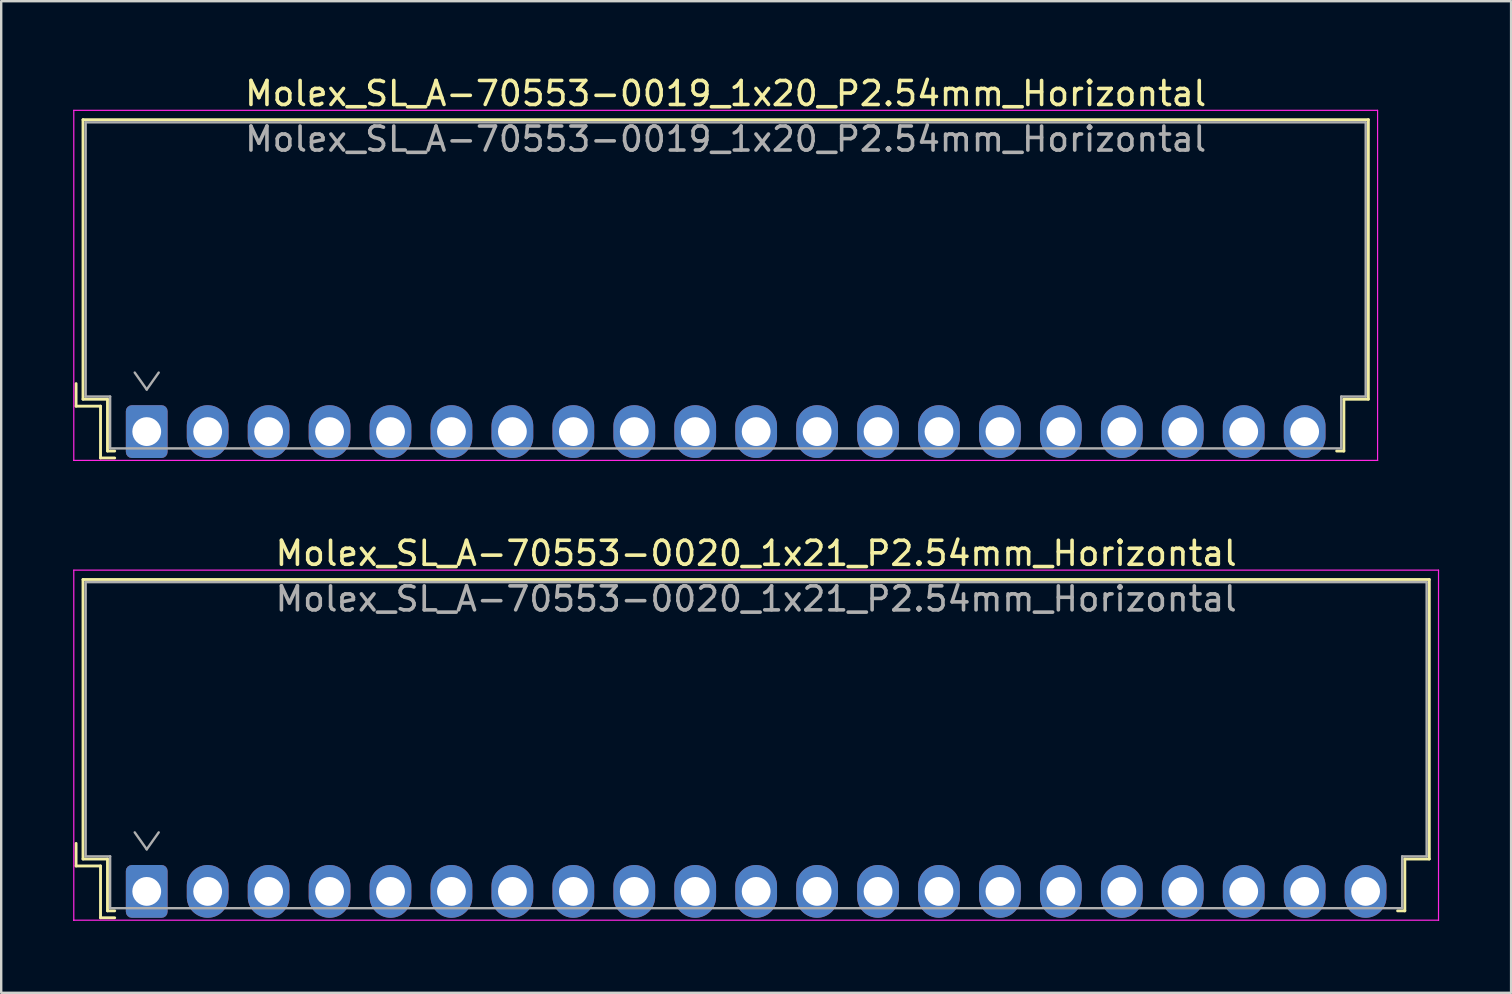
<source format=kicad_pcb>
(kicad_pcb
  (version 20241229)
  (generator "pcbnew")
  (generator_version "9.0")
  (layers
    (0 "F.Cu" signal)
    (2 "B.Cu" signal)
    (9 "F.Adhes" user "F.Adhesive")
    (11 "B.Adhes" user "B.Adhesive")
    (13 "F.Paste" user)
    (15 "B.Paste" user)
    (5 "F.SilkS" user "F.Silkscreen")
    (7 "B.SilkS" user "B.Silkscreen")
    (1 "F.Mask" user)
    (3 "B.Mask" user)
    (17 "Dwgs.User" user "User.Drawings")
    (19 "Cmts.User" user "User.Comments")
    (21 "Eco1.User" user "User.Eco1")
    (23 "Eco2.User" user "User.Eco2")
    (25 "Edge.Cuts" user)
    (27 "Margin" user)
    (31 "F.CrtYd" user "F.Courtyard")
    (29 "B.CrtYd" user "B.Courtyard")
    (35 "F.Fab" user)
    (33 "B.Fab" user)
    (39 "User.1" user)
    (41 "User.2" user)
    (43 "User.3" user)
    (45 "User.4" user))
  (footprint "Molex_SL_A-70553-0019_1x20_P2.54mm_Horizontal"
    (layer "F.Cu")
    (at 3.065 14.938)
    (property "Reference" "Molex_SL_A-70553-0019_1x20_P2.54mm_Horizontal" (at 24.13 -14.09 0) (layer "F.SilkS") (effects (font (size 1 1) (thickness 0.15))))
    (attr through_hole)
    (fp_line (start -2.945 -2) (end -2.945 -1.06) (stroke (width 0.12) (type solid)) (layer "F.SilkS"))
    (fp_line (start -2.945 -1.06) (end -1.925 -1.06) (stroke (width 0.12) (type solid)) (layer "F.SilkS"))
    (fp_line (start -2.655 -13) (end 50.915 -13) (stroke (width 0.12) (type solid)) (layer "F.SilkS"))
    (fp_line (start -2.655 -1.35) (end -2.655 -13) (stroke (width 0.12) (type solid)) (layer "F.SilkS"))
    (fp_line (start -2.655 -1.35) (end -1.635 -1.35) (stroke (width 0.12) (type solid)) (layer "F.SilkS"))
    (fp_line (start -1.925 -1.06) (end -1.925 1.1) (stroke (width 0.12) (type solid)) (layer "F.SilkS"))
    (fp_line (start -1.925 1.1) (end -1.335 1.1) (stroke (width 0.12) (type solid)) (layer "F.SilkS"))
    (fp_line (start -1.635 -1.35) (end -1.635 0.81) (stroke (width 0.12) (type solid)) (layer "F.SilkS"))
    (fp_line (start -1.635 0.81) (end -1.335 0.81) (stroke (width 0.12) (type solid)) (layer "F.SilkS"))
    (fp_line (start 49.895 -1.35) (end 49.895 0.81) (stroke (width 0.12) (type solid)) (layer "F.SilkS"))
    (fp_line (start 49.895 0.81) (end 49.595 0.81) (stroke (width 0.12) (type solid)) (layer "F.SilkS"))
    (fp_line (start 50.915 -13) (end 50.915 -1.35) (stroke (width 0.12) (type solid)) (layer "F.SilkS"))
    (fp_line (start 50.915 -1.35) (end 49.895 -1.35) (stroke (width 0.12) (type solid)) (layer "F.SilkS"))
    (fp_line (start -3.04 -13.39) (end -3.04 1.2) (stroke (width 0.05) (type solid)) (layer "F.CrtYd"))
    (fp_line (start -3.04 1.2) (end -3.04 1.2) (stroke (width 0.05) (type solid)) (layer "F.CrtYd"))
    (fp_line (start -3.04 1.2) (end -3.04 1.2) (stroke (width 0.05) (type solid)) (layer "F.CrtYd"))
    (fp_line (start -3.04 1.2) (end 51.3 1.2) (stroke (width 0.05) (type solid)) (layer "F.CrtYd"))
    (fp_line (start 51.3 -13.39) (end -3.04 -13.39) (stroke (width 0.05) (type solid)) (layer "F.CrtYd"))
    (fp_line (start 51.3 1.2) (end 51.3 -13.39) (stroke (width 0.05) (type solid)) (layer "F.CrtYd"))
    (fp_line (start 51.3 1.2) (end 51.3 1.2) (stroke (width 0.05) (type solid)) (layer "F.CrtYd"))
    (fp_line (start 51.3 1.2) (end 51.3 1.2) (stroke (width 0.05) (type solid)) (layer "F.CrtYd"))
    (fp_line (start -2.545 -12.89) (end -2.545 -1.46) (stroke (width 0.1) (type solid)) (layer "F.Fab"))
    (fp_line (start -2.545 -1.46) (end -1.525 -1.46) (stroke (width 0.1) (type solid)) (layer "F.Fab"))
    (fp_line (start -1.525 -1.46) (end -1.525 0.7) (stroke (width 0.1) (type solid)) (layer "F.Fab"))
    (fp_line (start -1.525 0.7) (end 49.785 0.7) (stroke (width 0.1) (type solid)) (layer "F.Fab"))
    (fp_line (start -0.5 -2.46) (end 0 -1.753) (stroke (width 0.1) (type solid)) (layer "F.Fab"))
    (fp_line (start 0 -1.753) (end 0.5 -2.46) (stroke (width 0.1) (type solid)) (layer "F.Fab"))
    (fp_line (start 49.785 -1.46) (end 50.805 -1.46) (stroke (width 0.1) (type solid)) (layer "F.Fab"))
    (fp_line (start 49.785 0.7) (end 49.785 -1.46) (stroke (width 0.1) (type solid)) (layer "F.Fab"))
    (fp_line (start 50.805 -12.89) (end -2.545 -12.89) (stroke (width 0.1) (type solid)) (layer "F.Fab"))
    (fp_line (start 50.805 -1.46) (end 50.805 -12.89) (stroke (width 0.1) (type solid)) (layer "F.Fab"))
    (fp_text user "${REFERENCE}" (at 24.13 -12.19 0) (layer "F.Fab") (effects (font (size 1 1) (thickness 0.15))))
    (pad "1" thru_hole roundrect (at 0 0) (size 1.74 2.2) (drill 1.2) (layers "*.Cu" "*.Mask") (roundrect_rratio 0.144))
    (pad "2" thru_hole oval (at 2.54 0) (size 1.74 2.2) (drill 1.2) (layers "*.Cu" "*.Mask"))
    (pad "3" thru_hole oval (at 5.08 0) (size 1.74 2.2) (drill 1.2) (layers "*.Cu" "*.Mask"))
    (pad "4" thru_hole oval (at 7.62 0) (size 1.74 2.2) (drill 1.2) (layers "*.Cu" "*.Mask"))
    (pad "5" thru_hole oval (at 10.16 0) (size 1.74 2.2) (drill 1.2) (layers "*.Cu" "*.Mask"))
    (pad "6" thru_hole oval (at 12.7 0) (size 1.74 2.2) (drill 1.2) (layers "*.Cu" "*.Mask"))
    (pad "7" thru_hole oval (at 15.24 0) (size 1.74 2.2) (drill 1.2) (layers "*.Cu" "*.Mask"))
    (pad "8" thru_hole oval (at 17.78 0) (size 1.74 2.2) (drill 1.2) (layers "*.Cu" "*.Mask"))
    (pad "9" thru_hole oval (at 20.32 0) (size 1.74 2.2) (drill 1.2) (layers "*.Cu" "*.Mask"))
    (pad "10" thru_hole oval (at 22.86 0) (size 1.74 2.2) (drill 1.2) (layers "*.Cu" "*.Mask"))
    (pad "11" thru_hole oval (at 25.4 0) (size 1.74 2.2) (drill 1.2) (layers "*.Cu" "*.Mask"))
    (pad "12" thru_hole oval (at 27.94 0) (size 1.74 2.2) (drill 1.2) (layers "*.Cu" "*.Mask"))
    (pad "13" thru_hole oval (at 30.48 0) (size 1.74 2.2) (drill 1.2) (layers "*.Cu" "*.Mask"))
    (pad "14" thru_hole oval (at 33.02 0) (size 1.74 2.2) (drill 1.2) (layers "*.Cu" "*.Mask"))
    (pad "15" thru_hole oval (at 35.56 0) (size 1.74 2.2) (drill 1.2) (layers "*.Cu" "*.Mask"))
    (pad "16" thru_hole oval (at 38.1 0) (size 1.74 2.2) (drill 1.2) (layers "*.Cu" "*.Mask"))
    (pad "17" thru_hole oval (at 40.64 0) (size 1.74 2.2) (drill 1.2) (layers "*.Cu" "*.Mask"))
    (pad "18" thru_hole oval (at 43.18 0) (size 1.74 2.2) (drill 1.2) (layers "*.Cu" "*.Mask"))
    (pad "19" thru_hole oval (at 45.72 0) (size 1.74 2.2) (drill 1.2) (layers "*.Cu" "*.Mask"))
    (pad "20" thru_hole oval (at 48.26 0) (size 1.74 2.2) (drill 1.2) (layers "*.Cu" "*.Mask")))
  (footprint "Molex_SL_A-70553-0020_1x21_P2.54mm_Horizontal"
    (layer "F.Cu")
    (at 3.065 34.102)
    (property "Reference" "Molex_SL_A-70553-0020_1x21_P2.54mm_Horizontal" (at 25.4 -14.09 0) (layer "F.SilkS") (effects (font (size 1 1) (thickness 0.15))))
    (attr through_hole)
    (fp_line (start -2.945 -2) (end -2.945 -1.06) (stroke (width 0.12) (type solid)) (layer "F.SilkS"))
    (fp_line (start -2.945 -1.06) (end -1.925 -1.06) (stroke (width 0.12) (type solid)) (layer "F.SilkS"))
    (fp_line (start -2.655 -13) (end 53.455 -13) (stroke (width 0.12) (type solid)) (layer "F.SilkS"))
    (fp_line (start -2.655 -1.35) (end -2.655 -13) (stroke (width 0.12) (type solid)) (layer "F.SilkS"))
    (fp_line (start -2.655 -1.35) (end -1.635 -1.35) (stroke (width 0.12) (type solid)) (layer "F.SilkS"))
    (fp_line (start -1.925 -1.06) (end -1.925 1.1) (stroke (width 0.12) (type solid)) (layer "F.SilkS"))
    (fp_line (start -1.925 1.1) (end -1.335 1.1) (stroke (width 0.12) (type solid)) (layer "F.SilkS"))
    (fp_line (start -1.635 -1.35) (end -1.635 0.81) (stroke (width 0.12) (type solid)) (layer "F.SilkS"))
    (fp_line (start -1.635 0.81) (end -1.335 0.81) (stroke (width 0.12) (type solid)) (layer "F.SilkS"))
    (fp_line (start 52.435 -1.35) (end 52.435 0.81) (stroke (width 0.12) (type solid)) (layer "F.SilkS"))
    (fp_line (start 52.435 0.81) (end 52.135 0.81) (stroke (width 0.12) (type solid)) (layer "F.SilkS"))
    (fp_line (start 53.455 -13) (end 53.455 -1.35) (stroke (width 0.12) (type solid)) (layer "F.SilkS"))
    (fp_line (start 53.455 -1.35) (end 52.435 -1.35) (stroke (width 0.12) (type solid)) (layer "F.SilkS"))
    (fp_line (start -3.04 -13.39) (end -3.04 1.2) (stroke (width 0.05) (type solid)) (layer "F.CrtYd"))
    (fp_line (start -3.04 1.2) (end -3.04 1.2) (stroke (width 0.05) (type solid)) (layer "F.CrtYd"))
    (fp_line (start -3.04 1.2) (end -3.04 1.2) (stroke (width 0.05) (type solid)) (layer "F.CrtYd"))
    (fp_line (start -3.04 1.2) (end 53.84 1.2) (stroke (width 0.05) (type solid)) (layer "F.CrtYd"))
    (fp_line (start 53.84 -13.39) (end -3.04 -13.39) (stroke (width 0.05) (type solid)) (layer "F.CrtYd"))
    (fp_line (start 53.84 1.2) (end 53.84 -13.39) (stroke (width 0.05) (type solid)) (layer "F.CrtYd"))
    (fp_line (start 53.84 1.2) (end 53.84 1.2) (stroke (width 0.05) (type solid)) (layer "F.CrtYd"))
    (fp_line (start 53.84 1.2) (end 53.84 1.2) (stroke (width 0.05) (type solid)) (layer "F.CrtYd"))
    (fp_line (start -2.545 -12.89) (end -2.545 -1.46) (stroke (width 0.1) (type solid)) (layer "F.Fab"))
    (fp_line (start -2.545 -1.46) (end -1.525 -1.46) (stroke (width 0.1) (type solid)) (layer "F.Fab"))
    (fp_line (start -1.525 -1.46) (end -1.525 0.7) (stroke (width 0.1) (type solid)) (layer "F.Fab"))
    (fp_line (start -1.525 0.7) (end 52.325 0.7) (stroke (width 0.1) (type solid)) (layer "F.Fab"))
    (fp_line (start -0.5 -2.46) (end 0 -1.753) (stroke (width 0.1) (type solid)) (layer "F.Fab"))
    (fp_line (start 0 -1.753) (end 0.5 -2.46) (stroke (width 0.1) (type solid)) (layer "F.Fab"))
    (fp_line (start 52.325 -1.46) (end 53.345 -1.46) (stroke (width 0.1) (type solid)) (layer "F.Fab"))
    (fp_line (start 52.325 0.7) (end 52.325 -1.46) (stroke (width 0.1) (type solid)) (layer "F.Fab"))
    (fp_line (start 53.345 -12.89) (end -2.545 -12.89) (stroke (width 0.1) (type solid)) (layer "F.Fab"))
    (fp_line (start 53.345 -1.46) (end 53.345 -12.89) (stroke (width 0.1) (type solid)) (layer "F.Fab"))
    (fp_text user "${REFERENCE}" (at 25.4 -12.19 0) (layer "F.Fab") (effects (font (size 1 1) (thickness 0.15))))
    (pad "1" thru_hole roundrect (at 0 0) (size 1.74 2.2) (drill 1.2) (layers "*.Cu" "*.Mask") (roundrect_rratio 0.144))
    (pad "2" thru_hole oval (at 2.54 0) (size 1.74 2.2) (drill 1.2) (layers "*.Cu" "*.Mask"))
    (pad "3" thru_hole oval (at 5.08 0) (size 1.74 2.2) (drill 1.2) (layers "*.Cu" "*.Mask"))
    (pad "4" thru_hole oval (at 7.62 0) (size 1.74 2.2) (drill 1.2) (layers "*.Cu" "*.Mask"))
    (pad "5" thru_hole oval (at 10.16 0) (size 1.74 2.2) (drill 1.2) (layers "*.Cu" "*.Mask"))
    (pad "6" thru_hole oval (at 12.7 0) (size 1.74 2.2) (drill 1.2) (layers "*.Cu" "*.Mask"))
    (pad "7" thru_hole oval (at 15.24 0) (size 1.74 2.2) (drill 1.2) (layers "*.Cu" "*.Mask"))
    (pad "8" thru_hole oval (at 17.78 0) (size 1.74 2.2) (drill 1.2) (layers "*.Cu" "*.Mask"))
    (pad "9" thru_hole oval (at 20.32 0) (size 1.74 2.2) (drill 1.2) (layers "*.Cu" "*.Mask"))
    (pad "10" thru_hole oval (at 22.86 0) (size 1.74 2.2) (drill 1.2) (layers "*.Cu" "*.Mask"))
    (pad "11" thru_hole oval (at 25.4 0) (size 1.74 2.2) (drill 1.2) (layers "*.Cu" "*.Mask"))
    (pad "12" thru_hole oval (at 27.94 0) (size 1.74 2.2) (drill 1.2) (layers "*.Cu" "*.Mask"))
    (pad "13" thru_hole oval (at 30.48 0) (size 1.74 2.2) (drill 1.2) (layers "*.Cu" "*.Mask"))
    (pad "14" thru_hole oval (at 33.02 0) (size 1.74 2.2) (drill 1.2) (layers "*.Cu" "*.Mask"))
    (pad "15" thru_hole oval (at 35.56 0) (size 1.74 2.2) (drill 1.2) (layers "*.Cu" "*.Mask"))
    (pad "16" thru_hole oval (at 38.1 0) (size 1.74 2.2) (drill 1.2) (layers "*.Cu" "*.Mask"))
    (pad "17" thru_hole oval (at 40.64 0) (size 1.74 2.2) (drill 1.2) (layers "*.Cu" "*.Mask"))
    (pad "18" thru_hole oval (at 43.18 0) (size 1.74 2.2) (drill 1.2) (layers "*.Cu" "*.Mask"))
    (pad "19" thru_hole oval (at 45.72 0) (size 1.74 2.2) (drill 1.2) (layers "*.Cu" "*.Mask"))
    (pad "20" thru_hole oval (at 48.26 0) (size 1.74 2.2) (drill 1.2) (layers "*.Cu" "*.Mask"))
    (pad "21" thru_hole oval (at 50.8 0) (size 1.74 2.2) (drill 1.2) (layers "*.Cu" "*.Mask")))
  (gr_rect
    (start -3 -3)
    (end 59.93 38.327)
    (stroke (width 0.1) (type default))
    (fill no)
    (layer "Edge.Cuts")))
</source>
